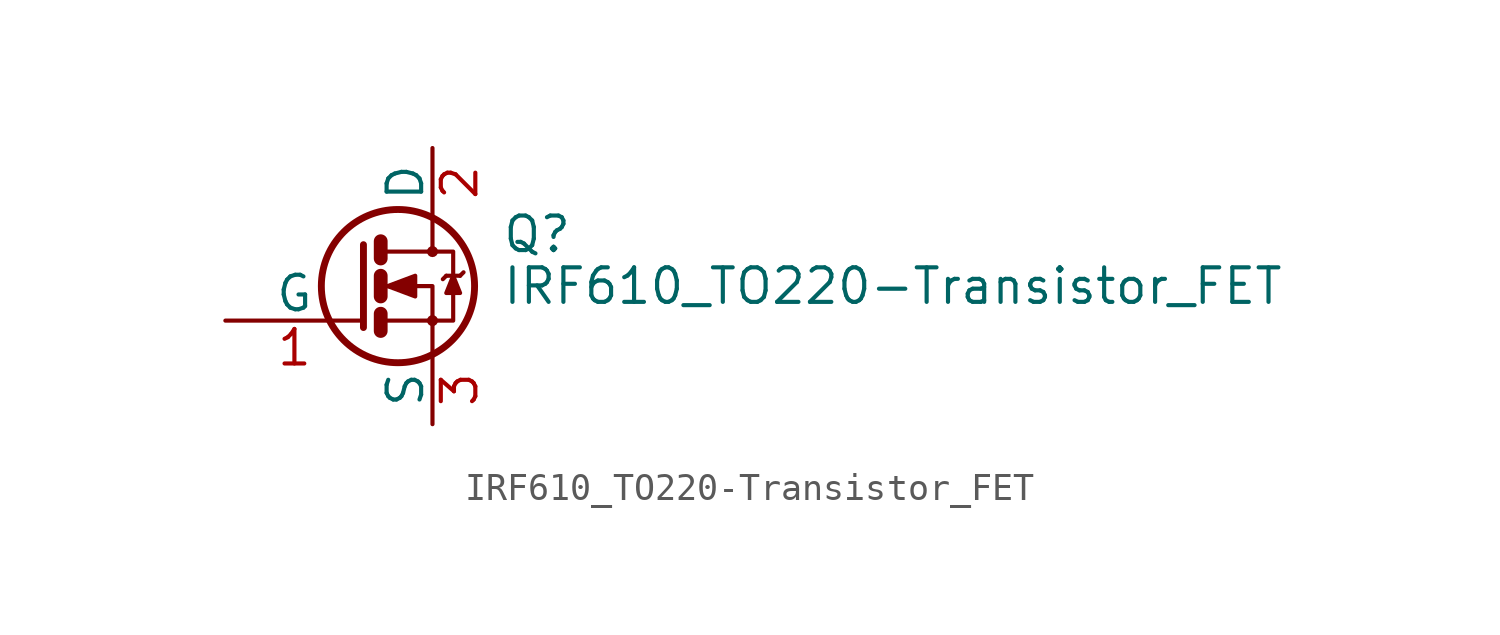
<source format=kicad_sym>
(kicad_symbol_lib
  (version 20211014)
  (generator kicad_symbol_editor)
  (symbol "IRF610_TO220-Transistor_FET"
    (pin_names
      (offset 0))
    (property "Reference" "Q"
      (at 5.08 1.905 0)
      (effects (font (size 1.27 1.27)) (justify left)))
    (property "Value" "IRF610_TO220-Transistor_FET"
      (at 5.08 0 0)
      (effects (font (size 1.27 1.27)) (justify left)))
    (symbol "IRF610_TO220-Transistor_FET_0_1"
      (polyline (pts (xy 0.635 -1.016) (xy 0.635 -1.651)) (stroke (width 0.508) (type default) (color 0 0 0 0)) (fill (type none)))
      (polyline (pts (xy 0.635 0.381) (xy 0.635 -0.381)) (stroke (width 0.508) (type default) (color 0 0 0 0)) (fill (type none)))
      (polyline (pts (xy 0.635 1.651) (xy 0.635 1.016)) (stroke (width 0.508) (type default) (color 0 0 0 0)) (fill (type none)))
      (polyline (pts (xy 3.048 0.381) (xy 2.921 0.254)) (stroke (width 0) (type default) (color 0 0 0 0)) (fill (type none)))
      (polyline (pts (xy 3.048 0.381) (xy 3.556 0.381)) (stroke (width 0) (type default) (color 0 0 0 0)) (fill (type none)))
      (polyline (pts (xy 3.556 0.381) (xy 3.683 0.508)) (stroke (width 0) (type default) (color 0 0 0 0)) (fill (type none)))
      (polyline (pts (xy 0 1.524) (xy 0 -1.524) (xy 0 -1.524)) (stroke (width 0.254) (type default) (color 0 0 0 0)) (fill (type none)))
      (polyline (pts (xy 0.762 -1.27) (xy 2.54 -1.27) (xy 2.54 -2.54) (xy 2.54 -2.54)) (stroke (width 0) (type default) (color 0 0 0 0)) (fill (type none)))
      (polyline (pts (xy 0.762 1.27) (xy 2.54 1.27) (xy 2.54 2.54) (xy 2.54 2.54)) (stroke (width 0) (type default) (color 0 0 0 0)) (fill (type none)))
      (polyline (pts (xy 2.54 1.27) (xy 3.302 1.27) (xy 3.302 -1.27) (xy 2.54 -1.27)) (stroke (width 0) (type default) (color 0 0 0 0)) (fill (type none)))
      (polyline (pts (xy 3.302 0.381) (xy 3.048 -0.254) (xy 3.556 -0.254) (xy 3.302 0.381)) (stroke (width 0) (type default) (color 0 0 0 0)) (fill (type outline)))
      (polyline (pts (xy 0.762 0) (xy 1.27 0) (xy 2.54 0) (xy 2.54 -1.27) (xy 2.54 -1.27)) (stroke (width 0) (type default) (color 0 0 0 0)) (fill (type none)))
      (polyline (pts (xy 0.889 0) (xy 1.905 0.381) (xy 1.905 -0.381) (xy 0.889 0) (xy 1.016 0) (xy 1.016 0)) (stroke (width 0) (type default) (color 0 0 0 0)) (fill (type outline)))
      (circle (center 1.27 0) (radius 2.819) (stroke (width 0.254) (type default) (color 0 0 0 0)) (fill (type none)))
      (circle (center 2.54 -1.27) (radius 0.127) (stroke (width 0) (type default) (color 0 0 0 0)) (fill (type none)))
      (circle (center 2.54 1.27) (radius 0.127) (stroke (width 0) (type default) (color 0 0 0 0)) (fill (type none))))
    (symbol "IRF610_TO220-Transistor_FET_1_1"
      (pin input line (at -5.08 -1.27 0) (length 5.08) (name "G" (effects (font (size 1.27 1.27)))) (number "1" (effects (font (size 1.27 1.27)))))
      (pin passive line (at 2.54 5.08 270) (length 2.54) (name "D" (effects (font (size 1.27 1.27)))) (number "2" (effects (font (size 1.27 1.27)))))
      (pin passive line (at 2.54 -5.08 90) (length 2.54) (name "S" (effects (font (size 1.27 1.27)))) (number "3" (effects (font (size 1.27 1.27))))))))
</source>
